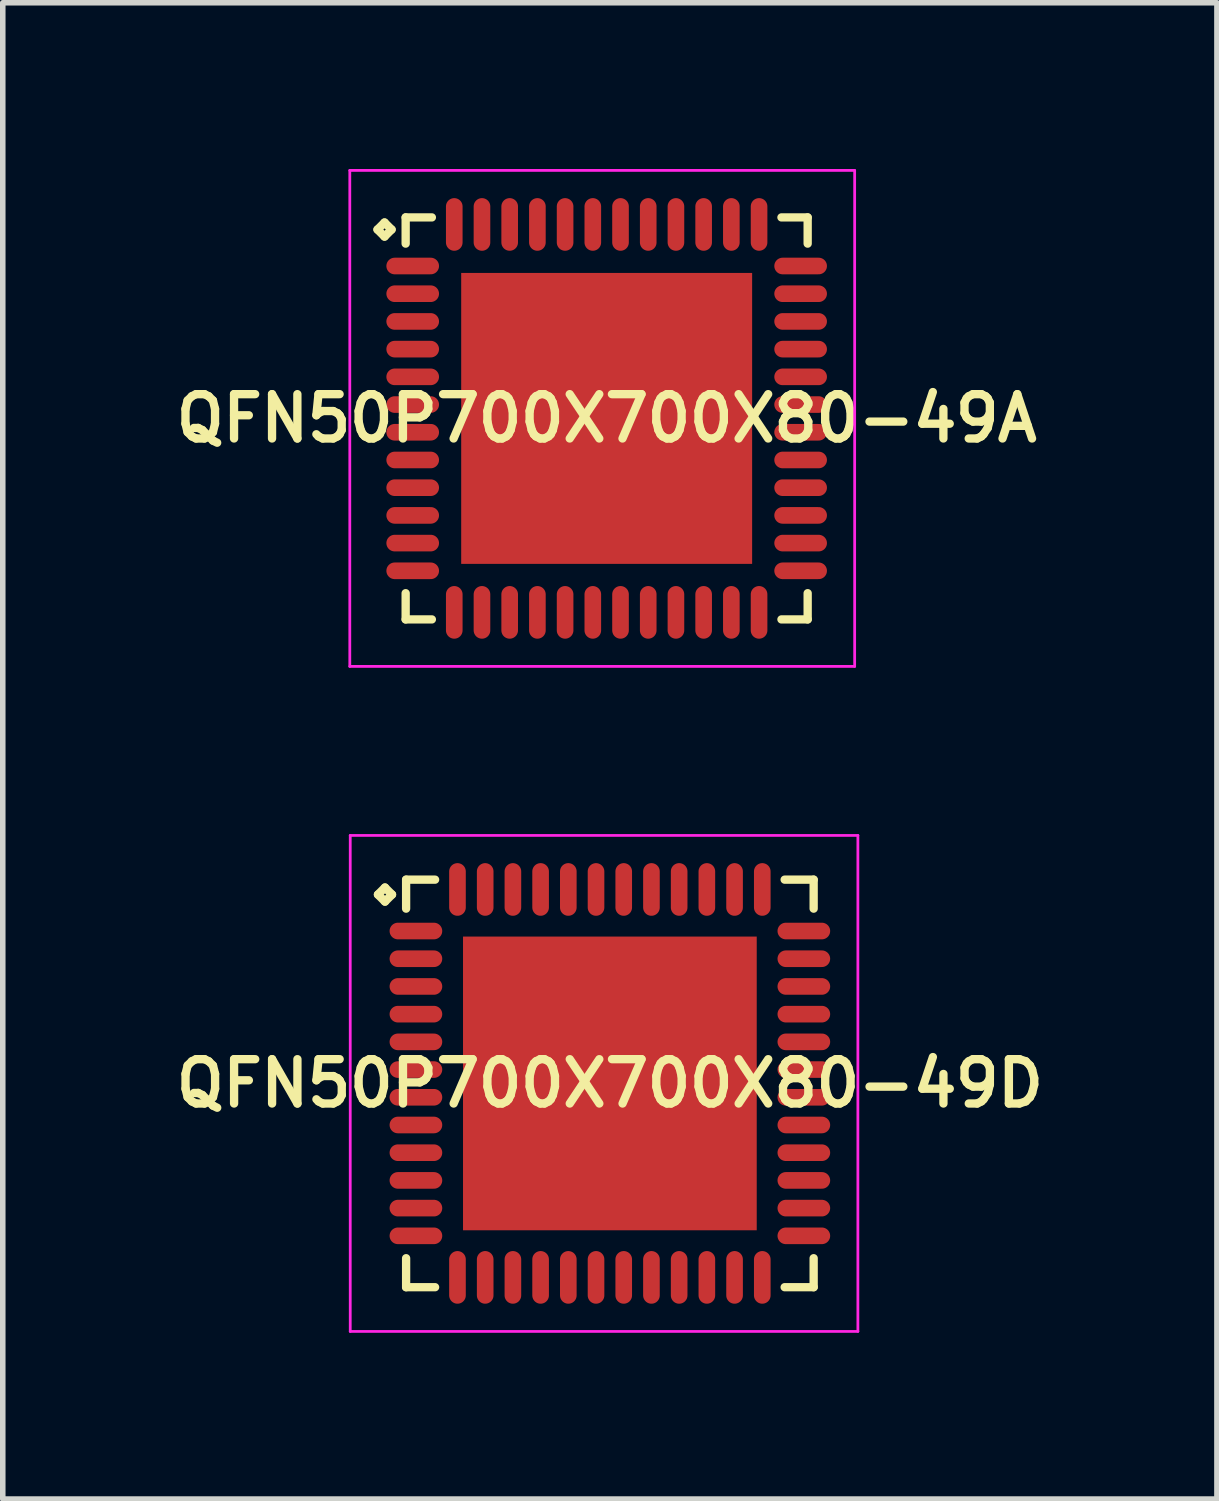
<source format=kicad_pcb>
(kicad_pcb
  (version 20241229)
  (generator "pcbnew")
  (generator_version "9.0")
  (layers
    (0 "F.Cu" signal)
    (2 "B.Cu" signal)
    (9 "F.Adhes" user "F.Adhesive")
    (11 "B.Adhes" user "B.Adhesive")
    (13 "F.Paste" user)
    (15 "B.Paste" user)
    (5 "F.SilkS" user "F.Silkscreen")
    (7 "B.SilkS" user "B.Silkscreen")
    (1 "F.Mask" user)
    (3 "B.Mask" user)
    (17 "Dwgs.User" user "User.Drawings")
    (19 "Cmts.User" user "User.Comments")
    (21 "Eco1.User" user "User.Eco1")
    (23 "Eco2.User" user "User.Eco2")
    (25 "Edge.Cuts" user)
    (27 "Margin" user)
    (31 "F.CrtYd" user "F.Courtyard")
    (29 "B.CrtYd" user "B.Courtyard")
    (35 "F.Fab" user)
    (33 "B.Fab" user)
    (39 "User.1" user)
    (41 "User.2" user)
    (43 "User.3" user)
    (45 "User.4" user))
  (footprint "QFN50P700X700X80-49A"
    (layer "F.Cu")
    (at 7.897 4.5)
    (property "Reference" "QFN50P700X700X80-49A" (at 0 0 0) (layer "F.SilkS") (effects (font (size 0.8 0.8) (thickness 0.15))))
    (attr smd)
    (fp_line (start -4.135 -3.408) (end -4.008 -3.535) (stroke (width 0.15) (type solid)) (layer "F.SilkS"))
    (fp_line (start -4.008 -3.535) (end -3.881 -3.408) (stroke (width 0.15) (type solid)) (layer "F.SilkS"))
    (fp_line (start -4.008 -3.281) (end -4.135 -3.408) (stroke (width 0.15) (type solid)) (layer "F.SilkS"))
    (fp_line (start -3.881 -3.408) (end -4.008 -3.281) (stroke (width 0.15) (type solid)) (layer "F.SilkS"))
    (fp_line (start -3.627 -3.627) (end -3.154 -3.627) (stroke (width 0.15) (type solid)) (layer "F.SilkS"))
    (fp_line (start -3.627 -3.154) (end -3.627 -3.627) (stroke (width 0.15) (type solid)) (layer "F.SilkS"))
    (fp_line (start -3.627 3.154) (end -3.627 3.627) (stroke (width 0.15) (type solid)) (layer "F.SilkS"))
    (fp_line (start -3.627 3.627) (end -3.154 3.627) (stroke (width 0.15) (type solid)) (layer "F.SilkS"))
    (fp_line (start 3.154 -3.627) (end 3.627 -3.627) (stroke (width 0.15) (type solid)) (layer "F.SilkS"))
    (fp_line (start 3.154 3.627) (end 3.627 3.627) (stroke (width 0.15) (type solid)) (layer "F.SilkS"))
    (fp_line (start 3.627 -3.627) (end 3.627 -3.154) (stroke (width 0.15) (type solid)) (layer "F.SilkS"))
    (fp_line (start 3.627 3.627) (end 3.627 3.154) (stroke (width 0.15) (type solid)) (layer "F.SilkS"))
    (fp_line (start -4.635 -4.475) (end 4.475 -4.475) (stroke (width 0.05) (type solid)) (layer "F.CrtYd"))
    (fp_line (start -4.635 4.475) (end -4.635 -4.475) (stroke (width 0.05) (type solid)) (layer "F.CrtYd"))
    (fp_line (start 4.475 -4.475) (end 4.475 4.475) (stroke (width 0.05) (type solid)) (layer "F.CrtYd"))
    (fp_line (start 4.475 4.475) (end -4.635 4.475) (stroke (width 0.05) (type solid)) (layer "F.CrtYd"))
    (pad "1" smd oval (at -3.5 -2.75) (size 0.95 0.3) (layers "F.Cu" "F.Mask" "F.Paste"))
    (pad "2" smd oval (at -3.5 -2.25) (size 0.95 0.3) (layers "F.Cu" "F.Mask" "F.Paste"))
    (pad "3" smd oval (at -3.5 -1.75) (size 0.95 0.3) (layers "F.Cu" "F.Mask" "F.Paste"))
    (pad "4" smd oval (at -3.5 -1.25) (size 0.95 0.3) (layers "F.Cu" "F.Mask" "F.Paste"))
    (pad "5" smd oval (at -3.5 -0.75) (size 0.95 0.3) (layers "F.Cu" "F.Mask" "F.Paste"))
    (pad "6" smd oval (at -3.5 -0.25) (size 0.95 0.3) (layers "F.Cu" "F.Mask" "F.Paste"))
    (pad "7" smd oval (at -3.5 0.25) (size 0.95 0.3) (layers "F.Cu" "F.Mask" "F.Paste"))
    (pad "8" smd oval (at -3.5 0.75) (size 0.95 0.3) (layers "F.Cu" "F.Mask" "F.Paste"))
    (pad "9" smd oval (at -3.5 1.25) (size 0.95 0.3) (layers "F.Cu" "F.Mask" "F.Paste"))
    (pad "10" smd oval (at -3.5 1.75) (size 0.95 0.3) (layers "F.Cu" "F.Mask" "F.Paste"))
    (pad "11" smd oval (at -3.5 2.25) (size 0.95 0.3) (layers "F.Cu" "F.Mask" "F.Paste"))
    (pad "12" smd oval (at -3.5 2.75) (size 0.95 0.3) (layers "F.Cu" "F.Mask" "F.Paste"))
    (pad "13" smd oval (at -2.75 3.5) (size 0.3 0.95) (layers "F.Cu" "F.Mask" "F.Paste"))
    (pad "14" smd oval (at -2.25 3.5) (size 0.3 0.95) (layers "F.Cu" "F.Mask" "F.Paste"))
    (pad "15" smd oval (at -1.75 3.5) (size 0.3 0.95) (layers "F.Cu" "F.Mask" "F.Paste"))
    (pad "16" smd oval (at -1.25 3.5) (size 0.3 0.95) (layers "F.Cu" "F.Mask" "F.Paste"))
    (pad "17" smd oval (at -0.75 3.5) (size 0.3 0.95) (layers "F.Cu" "F.Mask" "F.Paste"))
    (pad "18" smd oval (at -0.25 3.5) (size 0.3 0.95) (layers "F.Cu" "F.Mask" "F.Paste"))
    (pad "19" smd oval (at 0.25 3.5) (size 0.3 0.95) (layers "F.Cu" "F.Mask" "F.Paste"))
    (pad "20" smd oval (at 0.75 3.5) (size 0.3 0.95) (layers "F.Cu" "F.Mask" "F.Paste"))
    (pad "21" smd oval (at 1.25 3.5) (size 0.3 0.95) (layers "F.Cu" "F.Mask" "F.Paste"))
    (pad "22" smd oval (at 1.75 3.5) (size 0.3 0.95) (layers "F.Cu" "F.Mask" "F.Paste"))
    (pad "23" smd oval (at 2.25 3.5) (size 0.3 0.95) (layers "F.Cu" "F.Mask" "F.Paste"))
    (pad "24" smd oval (at 2.75 3.5) (size 0.3 0.95) (layers "F.Cu" "F.Mask" "F.Paste"))
    (pad "25" smd oval (at 3.5 2.75) (size 0.95 0.3) (layers "F.Cu" "F.Mask" "F.Paste"))
    (pad "26" smd oval (at 3.5 2.25) (size 0.95 0.3) (layers "F.Cu" "F.Mask" "F.Paste"))
    (pad "27" smd oval (at 3.5 1.75) (size 0.95 0.3) (layers "F.Cu" "F.Mask" "F.Paste"))
    (pad "28" smd oval (at 3.5 1.25) (size 0.95 0.3) (layers "F.Cu" "F.Mask" "F.Paste"))
    (pad "29" smd oval (at 3.5 0.75) (size 0.95 0.3) (layers "F.Cu" "F.Mask" "F.Paste"))
    (pad "30" smd oval (at 3.5 0.25) (size 0.95 0.3) (layers "F.Cu" "F.Mask" "F.Paste"))
    (pad "31" smd oval (at 3.5 -0.25) (size 0.95 0.3) (layers "F.Cu" "F.Mask" "F.Paste"))
    (pad "32" smd oval (at 3.5 -0.75) (size 0.95 0.3) (layers "F.Cu" "F.Mask" "F.Paste"))
    (pad "33" smd oval (at 3.5 -1.25) (size 0.95 0.3) (layers "F.Cu" "F.Mask" "F.Paste"))
    (pad "34" smd oval (at 3.5 -1.75) (size 0.95 0.3) (layers "F.Cu" "F.Mask" "F.Paste"))
    (pad "35" smd oval (at 3.5 -2.25) (size 0.95 0.3) (layers "F.Cu" "F.Mask" "F.Paste"))
    (pad "36" smd oval (at 3.5 -2.75) (size 0.95 0.3) (layers "F.Cu" "F.Mask" "F.Paste"))
    (pad "37" smd oval (at 2.75 -3.5) (size 0.3 0.95) (layers "F.Cu" "F.Mask" "F.Paste"))
    (pad "38" smd oval (at 2.25 -3.5) (size 0.3 0.95) (layers "F.Cu" "F.Mask" "F.Paste"))
    (pad "39" smd oval (at 1.75 -3.5) (size 0.3 0.95) (layers "F.Cu" "F.Mask" "F.Paste"))
    (pad "40" smd oval (at 1.25 -3.5) (size 0.3 0.95) (layers "F.Cu" "F.Mask" "F.Paste"))
    (pad "41" smd oval (at 0.75 -3.5) (size 0.3 0.95) (layers "F.Cu" "F.Mask" "F.Paste"))
    (pad "42" smd oval (at 0.25 -3.5) (size 0.3 0.95) (layers "F.Cu" "F.Mask" "F.Paste"))
    (pad "43" smd oval (at -0.25 -3.5) (size 0.3 0.95) (layers "F.Cu" "F.Mask" "F.Paste"))
    (pad "44" smd oval (at -0.75 -3.5) (size 0.3 0.95) (layers "F.Cu" "F.Mask" "F.Paste"))
    (pad "45" smd oval (at -1.25 -3.5) (size 0.3 0.95) (layers "F.Cu" "F.Mask" "F.Paste"))
    (pad "46" smd oval (at -1.75 -3.5) (size 0.3 0.95) (layers "F.Cu" "F.Mask" "F.Paste"))
    (pad "47" smd oval (at -2.25 -3.5) (size 0.3 0.95) (layers "F.Cu" "F.Mask" "F.Paste"))
    (pad "48" smd oval (at -2.75 -3.5) (size 0.3 0.95) (layers "F.Cu" "F.Mask" "F.Paste"))
    (pad "49" smd rect (at 0 0) (size 5.25 5.25) (layers "F.Cu" "F.Mask" "F.Paste")))
  (footprint "QFN50P700X700X80-49D"
    (layer "F.Cu")
    (at 7.955 16.5)
    (property "Reference" "QFN50P700X700X80-49D" (at 0 0 0) (layer "F.SilkS") (effects (font (size 0.8 0.8) (thickness 0.15))))
    (attr smd)
    (fp_line (start -4.185 -3.408) (end -4.058 -3.535) (stroke (width 0.15) (type solid)) (layer "F.SilkS"))
    (fp_line (start -4.058 -3.535) (end -3.931 -3.408) (stroke (width 0.15) (type solid)) (layer "F.SilkS"))
    (fp_line (start -4.058 -3.281) (end -4.185 -3.408) (stroke (width 0.15) (type solid)) (layer "F.SilkS"))
    (fp_line (start -3.931 -3.408) (end -4.058 -3.281) (stroke (width 0.15) (type solid)) (layer "F.SilkS"))
    (fp_line (start -3.677 -3.677) (end -3.154 -3.677) (stroke (width 0.15) (type solid)) (layer "F.SilkS"))
    (fp_line (start -3.677 -3.154) (end -3.677 -3.677) (stroke (width 0.15) (type solid)) (layer "F.SilkS"))
    (fp_line (start -3.677 3.154) (end -3.677 3.677) (stroke (width 0.15) (type solid)) (layer "F.SilkS"))
    (fp_line (start -3.677 3.677) (end -3.154 3.677) (stroke (width 0.15) (type solid)) (layer "F.SilkS"))
    (fp_line (start 3.154 -3.677) (end 3.677 -3.677) (stroke (width 0.15) (type solid)) (layer "F.SilkS"))
    (fp_line (start 3.154 3.677) (end 3.677 3.677) (stroke (width 0.15) (type solid)) (layer "F.SilkS"))
    (fp_line (start 3.677 -3.677) (end 3.677 -3.154) (stroke (width 0.15) (type solid)) (layer "F.SilkS"))
    (fp_line (start 3.677 3.677) (end 3.677 3.154) (stroke (width 0.15) (type solid)) (layer "F.SilkS"))
    (fp_line (start -4.685 -4.475) (end 4.475 -4.475) (stroke (width 0.05) (type solid)) (layer "F.CrtYd"))
    (fp_line (start -4.685 4.475) (end -4.685 -4.475) (stroke (width 0.05) (type solid)) (layer "F.CrtYd"))
    (fp_line (start 4.475 -4.475) (end 4.475 4.475) (stroke (width 0.05) (type solid)) (layer "F.CrtYd"))
    (fp_line (start 4.475 4.475) (end -4.685 4.475) (stroke (width 0.05) (type solid)) (layer "F.CrtYd"))
    (pad "1" smd oval (at -3.5 -2.75) (size 0.95 0.3) (layers "F.Cu" "F.Mask" "F.Paste"))
    (pad "2" smd oval (at -3.5 -2.25) (size 0.95 0.3) (layers "F.Cu" "F.Mask" "F.Paste"))
    (pad "3" smd oval (at -3.5 -1.75) (size 0.95 0.3) (layers "F.Cu" "F.Mask" "F.Paste"))
    (pad "4" smd oval (at -3.5 -1.25) (size 0.95 0.3) (layers "F.Cu" "F.Mask" "F.Paste"))
    (pad "5" smd oval (at -3.5 -0.75) (size 0.95 0.3) (layers "F.Cu" "F.Mask" "F.Paste"))
    (pad "6" smd oval (at -3.5 -0.25) (size 0.95 0.3) (layers "F.Cu" "F.Mask" "F.Paste"))
    (pad "7" smd oval (at -3.5 0.25) (size 0.95 0.3) (layers "F.Cu" "F.Mask" "F.Paste"))
    (pad "8" smd oval (at -3.5 0.75) (size 0.95 0.3) (layers "F.Cu" "F.Mask" "F.Paste"))
    (pad "9" smd oval (at -3.5 1.25) (size 0.95 0.3) (layers "F.Cu" "F.Mask" "F.Paste"))
    (pad "10" smd oval (at -3.5 1.75) (size 0.95 0.3) (layers "F.Cu" "F.Mask" "F.Paste"))
    (pad "11" smd oval (at -3.5 2.25) (size 0.95 0.3) (layers "F.Cu" "F.Mask" "F.Paste"))
    (pad "12" smd oval (at -3.5 2.75) (size 0.95 0.3) (layers "F.Cu" "F.Mask" "F.Paste"))
    (pad "13" smd oval (at -2.75 3.5) (size 0.3 0.95) (layers "F.Cu" "F.Mask" "F.Paste"))
    (pad "14" smd oval (at -2.25 3.5) (size 0.3 0.95) (layers "F.Cu" "F.Mask" "F.Paste"))
    (pad "15" smd oval (at -1.75 3.5) (size 0.3 0.95) (layers "F.Cu" "F.Mask" "F.Paste"))
    (pad "16" smd oval (at -1.25 3.5) (size 0.3 0.95) (layers "F.Cu" "F.Mask" "F.Paste"))
    (pad "17" smd oval (at -0.75 3.5) (size 0.3 0.95) (layers "F.Cu" "F.Mask" "F.Paste"))
    (pad "18" smd oval (at -0.25 3.5) (size 0.3 0.95) (layers "F.Cu" "F.Mask" "F.Paste"))
    (pad "19" smd oval (at 0.25 3.5) (size 0.3 0.95) (layers "F.Cu" "F.Mask" "F.Paste"))
    (pad "20" smd oval (at 0.75 3.5) (size 0.3 0.95) (layers "F.Cu" "F.Mask" "F.Paste"))
    (pad "21" smd oval (at 1.25 3.5) (size 0.3 0.95) (layers "F.Cu" "F.Mask" "F.Paste"))
    (pad "22" smd oval (at 1.75 3.5) (size 0.3 0.95) (layers "F.Cu" "F.Mask" "F.Paste"))
    (pad "23" smd oval (at 2.25 3.5) (size 0.3 0.95) (layers "F.Cu" "F.Mask" "F.Paste"))
    (pad "24" smd oval (at 2.75 3.5) (size 0.3 0.95) (layers "F.Cu" "F.Mask" "F.Paste"))
    (pad "25" smd oval (at 3.5 2.75) (size 0.95 0.3) (layers "F.Cu" "F.Mask" "F.Paste"))
    (pad "26" smd oval (at 3.5 2.25) (size 0.95 0.3) (layers "F.Cu" "F.Mask" "F.Paste"))
    (pad "27" smd oval (at 3.5 1.75) (size 0.95 0.3) (layers "F.Cu" "F.Mask" "F.Paste"))
    (pad "28" smd oval (at 3.5 1.25) (size 0.95 0.3) (layers "F.Cu" "F.Mask" "F.Paste"))
    (pad "29" smd oval (at 3.5 0.75) (size 0.95 0.3) (layers "F.Cu" "F.Mask" "F.Paste"))
    (pad "30" smd oval (at 3.5 0.25) (size 0.95 0.3) (layers "F.Cu" "F.Mask" "F.Paste"))
    (pad "31" smd oval (at 3.5 -0.25) (size 0.95 0.3) (layers "F.Cu" "F.Mask" "F.Paste"))
    (pad "32" smd oval (at 3.5 -0.75) (size 0.95 0.3) (layers "F.Cu" "F.Mask" "F.Paste"))
    (pad "33" smd oval (at 3.5 -1.25) (size 0.95 0.3) (layers "F.Cu" "F.Mask" "F.Paste"))
    (pad "34" smd oval (at 3.5 -1.75) (size 0.95 0.3) (layers "F.Cu" "F.Mask" "F.Paste"))
    (pad "35" smd oval (at 3.5 -2.25) (size 0.95 0.3) (layers "F.Cu" "F.Mask" "F.Paste"))
    (pad "36" smd oval (at 3.5 -2.75) (size 0.95 0.3) (layers "F.Cu" "F.Mask" "F.Paste"))
    (pad "37" smd oval (at 2.75 -3.5) (size 0.3 0.95) (layers "F.Cu" "F.Mask" "F.Paste"))
    (pad "38" smd oval (at 2.25 -3.5) (size 0.3 0.95) (layers "F.Cu" "F.Mask" "F.Paste"))
    (pad "39" smd oval (at 1.75 -3.5) (size 0.3 0.95) (layers "F.Cu" "F.Mask" "F.Paste"))
    (pad "40" smd oval (at 1.25 -3.5) (size 0.3 0.95) (layers "F.Cu" "F.Mask" "F.Paste"))
    (pad "41" smd oval (at 0.75 -3.5) (size 0.3 0.95) (layers "F.Cu" "F.Mask" "F.Paste"))
    (pad "42" smd oval (at 0.25 -3.5) (size 0.3 0.95) (layers "F.Cu" "F.Mask" "F.Paste"))
    (pad "43" smd oval (at -0.25 -3.5) (size 0.3 0.95) (layers "F.Cu" "F.Mask" "F.Paste"))
    (pad "44" smd oval (at -0.75 -3.5) (size 0.3 0.95) (layers "F.Cu" "F.Mask" "F.Paste"))
    (pad "45" smd oval (at -1.25 -3.5) (size 0.3 0.95) (layers "F.Cu" "F.Mask" "F.Paste"))
    (pad "46" smd oval (at -1.75 -3.5) (size 0.3 0.95) (layers "F.Cu" "F.Mask" "F.Paste"))
    (pad "47" smd oval (at -2.25 -3.5) (size 0.3 0.95) (layers "F.Cu" "F.Mask" "F.Paste"))
    (pad "48" smd oval (at -2.75 -3.5) (size 0.3 0.95) (layers "F.Cu" "F.Mask" "F.Paste"))
    (pad "49" smd rect (at 0 0) (size 5.3 5.3) (layers "F.Cu" "F.Mask" "F.Paste")))
  (gr_rect
    (start -3 -3)
    (end 18.909 24)
    (stroke (width 0.1) (type default))
    (fill no)
    (layer "Edge.Cuts")))
</source>
